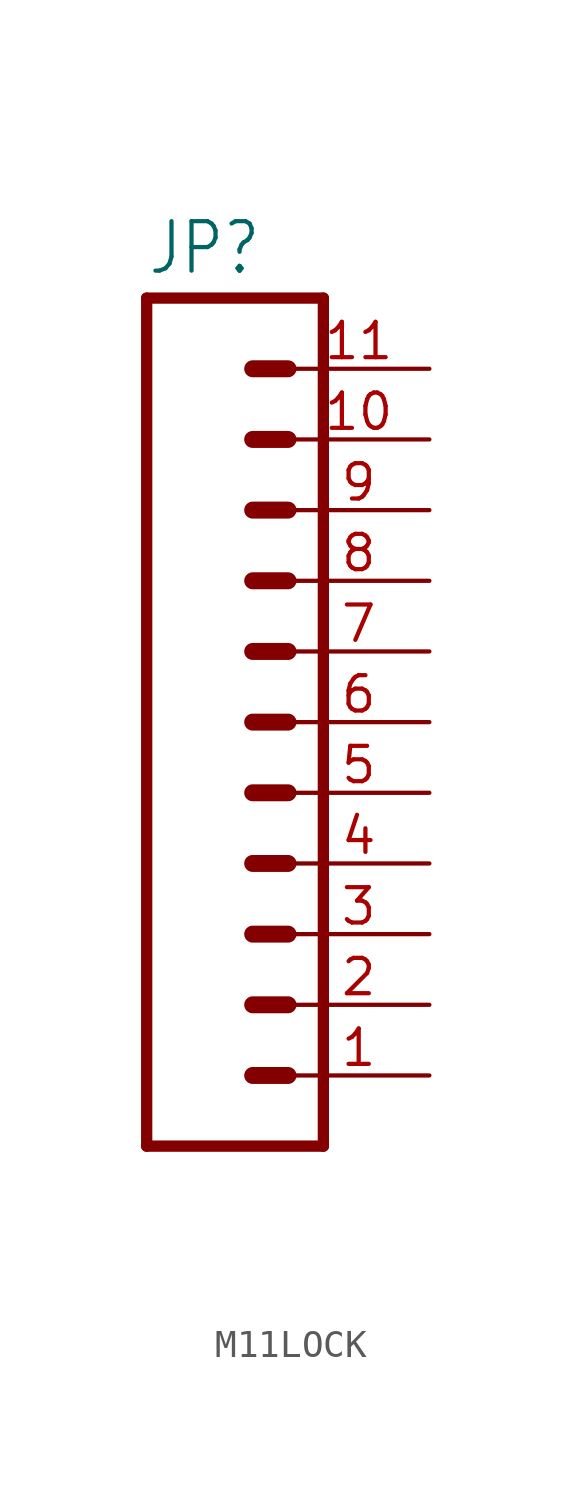
<source format=kicad_sym>
(kicad_symbol_lib
  (version 20231120)
  (generator "kicad_symbol_editor")
  (generator_version "8.0")
  (symbol "M11LOCK"
    (property "Reference" "JP"
      (at 0 16.002 0)
      (effects (font (size 1.778 1.511)) (justify left bottom)))
    (property "Value" ""
      (at 0 -17.78 0)
      (effects (font (size 1.778 1.511)) (justify left bottom)))
    (property "ki_locked" ""
      (at 0 0 0)
      (effects (font (size 1.27 1.27))))
    (symbol "M11LOCK_1_0"
      (polyline (pts (xy 0 15.24) (xy 0 -15.24)) (stroke (width 0.406) (type solid)) (fill (type none)))
      (polyline (pts (xy 0 15.24) (xy 6.35 15.24)) (stroke (width 0.406) (type solid)) (fill (type none)))
      (polyline (pts (xy 3.81 -12.7) (xy 5.08 -12.7)) (stroke (width 0.61) (type solid)) (fill (type none)))
      (polyline (pts (xy 3.81 -10.16) (xy 5.08 -10.16)) (stroke (width 0.61) (type solid)) (fill (type none)))
      (polyline (pts (xy 3.81 -7.62) (xy 5.08 -7.62)) (stroke (width 0.61) (type solid)) (fill (type none)))
      (polyline (pts (xy 3.81 -5.08) (xy 5.08 -5.08)) (stroke (width 0.61) (type solid)) (fill (type none)))
      (polyline (pts (xy 3.81 -2.54) (xy 5.08 -2.54)) (stroke (width 0.61) (type solid)) (fill (type none)))
      (polyline (pts (xy 3.81 0) (xy 5.08 0)) (stroke (width 0.61) (type solid)) (fill (type none)))
      (polyline (pts (xy 3.81 2.54) (xy 5.08 2.54)) (stroke (width 0.61) (type solid)) (fill (type none)))
      (polyline (pts (xy 3.81 5.08) (xy 5.08 5.08)) (stroke (width 0.61) (type solid)) (fill (type none)))
      (polyline (pts (xy 3.81 7.62) (xy 5.08 7.62)) (stroke (width 0.61) (type solid)) (fill (type none)))
      (polyline (pts (xy 3.81 10.16) (xy 5.08 10.16)) (stroke (width 0.61) (type solid)) (fill (type none)))
      (polyline (pts (xy 3.81 12.7) (xy 5.08 12.7)) (stroke (width 0.61) (type solid)) (fill (type none)))
      (polyline (pts (xy 6.35 -15.24) (xy 0 -15.24)) (stroke (width 0.406) (type solid)) (fill (type none)))
      (polyline (pts (xy 6.35 -15.24) (xy 6.35 15.24)) (stroke (width 0.406) (type solid)) (fill (type none)))
      (pin passive line (at 10.16 -12.7 180) (length 5.08) (name "1" (effects (font (size 0 0)))) (number "1" (effects (font (size 1.27 1.27)))))
      (pin passive line (at 10.16 10.16 180) (length 5.08) (name "10" (effects (font (size 0 0)))) (number "10" (effects (font (size 1.27 1.27)))))
      (pin passive line (at 10.16 12.7 180) (length 5.08) (name "11" (effects (font (size 0 0)))) (number "11" (effects (font (size 1.27 1.27)))))
      (pin passive line (at 10.16 -10.16 180) (length 5.08) (name "2" (effects (font (size 0 0)))) (number "2" (effects (font (size 1.27 1.27)))))
      (pin passive line (at 10.16 -7.62 180) (length 5.08) (name "3" (effects (font (size 0 0)))) (number "3" (effects (font (size 1.27 1.27)))))
      (pin passive line (at 10.16 -5.08 180) (length 5.08) (name "4" (effects (font (size 0 0)))) (number "4" (effects (font (size 1.27 1.27)))))
      (pin passive line (at 10.16 -2.54 180) (length 5.08) (name "5" (effects (font (size 0 0)))) (number "5" (effects (font (size 1.27 1.27)))))
      (pin passive line (at 10.16 0 180) (length 5.08) (name "6" (effects (font (size 0 0)))) (number "6" (effects (font (size 1.27 1.27)))))
      (pin passive line (at 10.16 2.54 180) (length 5.08) (name "7" (effects (font (size 0 0)))) (number "7" (effects (font (size 1.27 1.27)))))
      (pin passive line (at 10.16 5.08 180) (length 5.08) (name "8" (effects (font (size 0 0)))) (number "8" (effects (font (size 1.27 1.27)))))
      (pin passive line (at 10.16 7.62 180) (length 5.08) (name "9" (effects (font (size 0 0)))) (number "9" (effects (font (size 1.27 1.27))))))))
</source>
